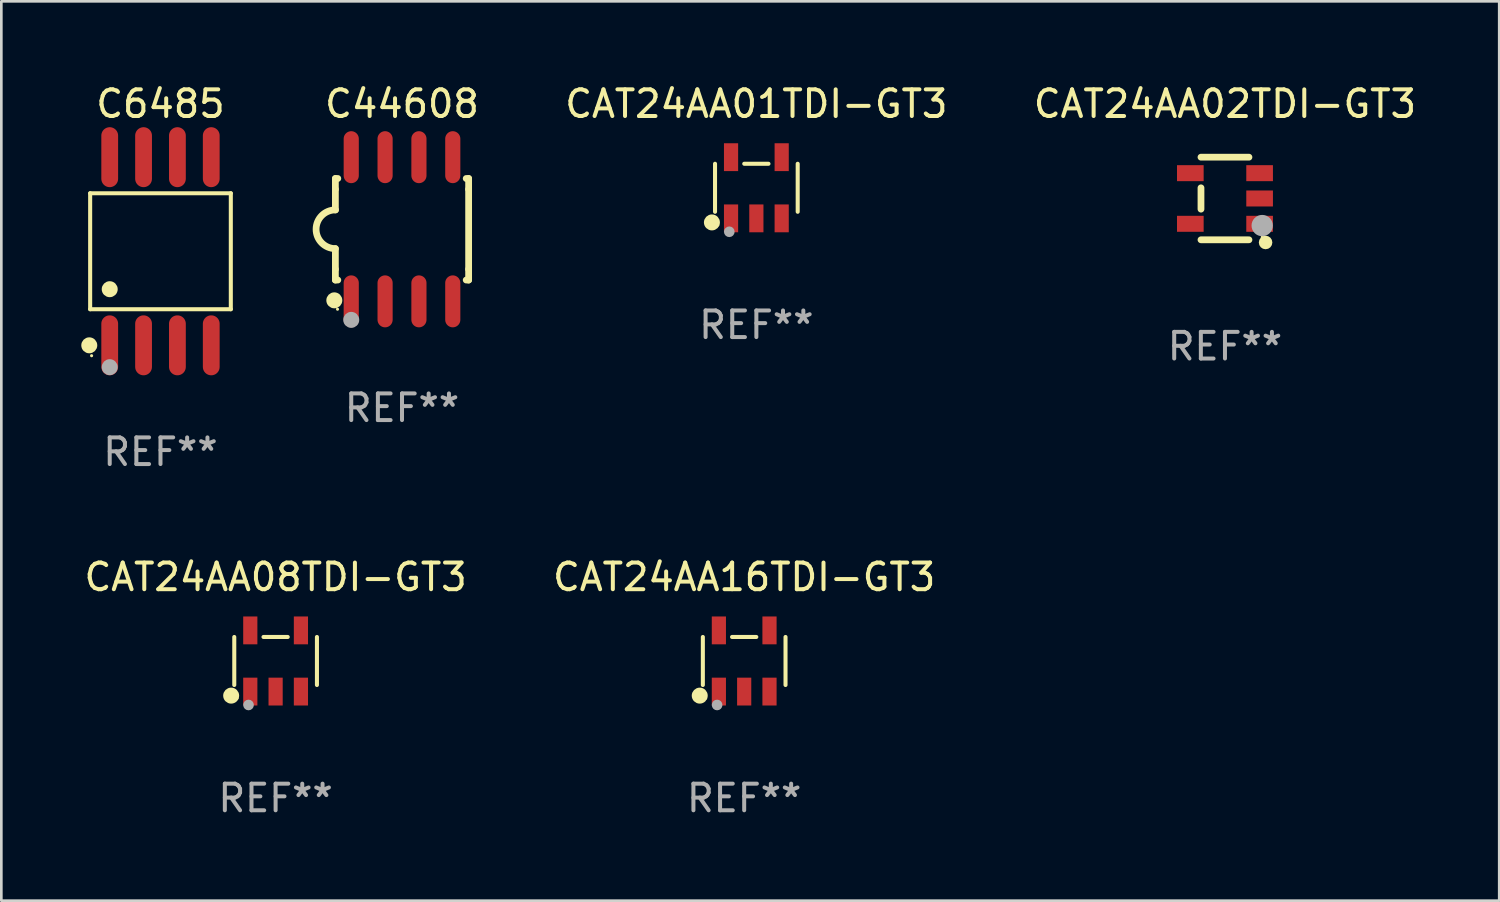
<source format=kicad_pcb>
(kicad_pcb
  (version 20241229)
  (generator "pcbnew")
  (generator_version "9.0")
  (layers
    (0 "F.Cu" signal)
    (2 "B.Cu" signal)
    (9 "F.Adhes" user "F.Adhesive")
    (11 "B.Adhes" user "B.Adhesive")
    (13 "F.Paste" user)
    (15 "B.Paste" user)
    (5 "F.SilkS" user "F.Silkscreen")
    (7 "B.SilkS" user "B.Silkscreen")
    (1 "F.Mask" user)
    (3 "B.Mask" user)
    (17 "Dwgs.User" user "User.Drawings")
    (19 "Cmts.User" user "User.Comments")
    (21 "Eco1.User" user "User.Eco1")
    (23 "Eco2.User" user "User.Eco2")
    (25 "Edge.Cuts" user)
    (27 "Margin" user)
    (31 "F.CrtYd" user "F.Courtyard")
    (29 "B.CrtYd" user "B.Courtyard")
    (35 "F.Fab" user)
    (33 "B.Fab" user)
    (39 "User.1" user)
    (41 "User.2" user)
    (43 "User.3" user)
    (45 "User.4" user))
  (footprint "C6485"
    (layer "F.Cu")
    (at 2.972 6.378)
    (property "Reference" "C6485" (at 0 -5.53 0) (layer "F.SilkS") (effects (font (size 1 1) (thickness 0.15))))
    (attr through_hole)
    (fp_line (start -2.639 -2.176) (end 2.639 -2.176) (stroke (width 0.152) (type solid)) (layer "F.SilkS"))
    (fp_line (start -2.639 2.176) (end -2.639 -2.176) (stroke (width 0.152) (type solid)) (layer "F.SilkS"))
    (fp_line (start 2.639 -2.176) (end 2.639 2.176) (stroke (width 0.152) (type solid)) (layer "F.SilkS"))
    (fp_line (start 2.639 2.176) (end -2.639 2.176) (stroke (width 0.152) (type solid)) (layer "F.SilkS"))
    (fp_circle (center -2.672 3.53) (end -2.522 3.53) (stroke (width 0.3) (type solid)) (fill no) (layer "F.SilkS"))
    (fp_circle (center -2.585 3.92) (end -2.555 3.92) (stroke (width 0.06) (type solid)) (fill no) (layer "F.SilkS"))
    (fp_circle (center -1.905 1.424) (end -1.755 1.424) (stroke (width 0.3) (type solid)) (fill no) (layer "F.SilkS"))
    (fp_circle (center -1.905 4.35) (end -1.755 4.35) (stroke (width 0.3) (type solid)) (fill no) (layer "F.Fab"))
    (fp_text user "REF**" (at 0 7.53 0) (layer "F.Fab") (effects (font (size 1 1) (thickness 0.15))))
    (pad "1" smd oval (at -1.905 3.53) (size 0.63 2.25) (layers "F.Cu" "F.Mask" "F.Paste"))
    (pad "2" smd oval (at -0.635 3.53) (size 0.63 2.25) (layers "F.Cu" "F.Mask" "F.Paste"))
    (pad "3" smd oval (at 0.635 3.53) (size 0.63 2.25) (layers "F.Cu" "F.Mask" "F.Paste"))
    (pad "4" smd oval (at 1.905 3.53) (size 0.63 2.25) (layers "F.Cu" "F.Mask" "F.Paste"))
    (pad "5" smd oval (at 1.905 -3.53) (size 0.63 2.25) (layers "F.Cu" "F.Mask" "F.Paste"))
    (pad "6" smd oval (at 0.635 -3.53) (size 0.63 2.25) (layers "F.Cu" "F.Mask" "F.Paste"))
    (pad "7" smd oval (at -0.635 -3.53) (size 0.63 2.25) (layers "F.Cu" "F.Mask" "F.Paste"))
    (pad "8" smd oval (at -1.905 -3.53) (size 0.63 2.25) (layers "F.Cu" "F.Mask" "F.Paste")))
  (footprint "CAT24AA01TDI-GT3"
    (layer "F.Cu")
    (at 25.332 3.996)
    (property "Reference" "CAT24AA01TDI-GT3" (at 0 -3.148 0) (layer "F.SilkS") (effects (font (size 1 1) (thickness 0.15))))
    (attr through_hole)
    (fp_line (start -1.551 0.901) (end -1.551 -0.901) (stroke (width 0.152) (type solid)) (layer "F.SilkS"))
    (fp_line (start 0.455 -0.901) (end -0.455 -0.901) (stroke (width 0.152) (type solid)) (layer "F.SilkS"))
    (fp_line (start 1.551 0.901) (end 1.551 -0.901) (stroke (width 0.152) (type solid)) (layer "F.SilkS"))
    (fp_circle (center -1.668 1.3) (end -1.518 1.3) (stroke (width 0.3) (type solid)) (fill no) (layer "F.SilkS"))
    (fp_circle (center -1.45 1.4) (end -1.42 1.4) (stroke (width 0.06) (type solid)) (fill no) (layer "F.SilkS"))
    (fp_circle (center -1.016 1.651) (end -0.916 1.651) (stroke (width 0.2) (type solid)) (fill no) (layer "F.Fab"))
    (fp_text user "REF**" (at 0 5.148 0) (layer "F.Fab") (effects (font (size 1 1) (thickness 0.15))))
    (pad "1" smd rect (at -0.95 1.148) (size 0.532 1.045) (layers "F.Cu" "F.Mask" "F.Paste"))
    (pad "2" smd rect (at 0 1.148) (size 0.532 1.045) (layers "F.Cu" "F.Mask" "F.Paste"))
    (pad "3" smd rect (at 0.95 1.148) (size 0.532 1.045) (layers "F.Cu" "F.Mask" "F.Paste"))
    (pad "4" smd rect (at 0.95 -1.148) (size 0.532 1.045) (layers "F.Cu" "F.Mask" "F.Paste"))
    (pad "5" smd rect (at -0.95 -1.148) (size 0.532 1.045) (layers "F.Cu" "F.Mask" "F.Paste")))
  (footprint "C44608"
    (layer "F.Cu")
    (at 12.035 5.553)
    (property "Reference" "C44608" (at 0 -4.705 0) (layer "F.SilkS") (effects (font (size 1 1) (thickness 0.15))))
    (attr through_hole)
    (fp_line (start -2.5 -1.905) (end -2.409 -1.905) (stroke (width 0.254) (type solid)) (layer "F.SilkS"))
    (fp_line (start -2.5 -1.5) (end -2.5 -1.905) (stroke (width 0.254) (type solid)) (layer "F.SilkS"))
    (fp_line (start -2.5 -1.5) (end -2.5 -0.726) (stroke (width 0.254) (type solid)) (layer "F.SilkS"))
    (fp_line (start -2.5 1.5) (end -2.5 0.727) (stroke (width 0.254) (type solid)) (layer "F.SilkS"))
    (fp_line (start -2.5 1.5) (end -2.5 1.905) (stroke (width 0.254) (type solid)) (layer "F.SilkS"))
    (fp_line (start -2.5 1.905) (end -2.409 1.905) (stroke (width 0.254) (type solid)) (layer "F.SilkS"))
    (fp_line (start 2.5 -1.905) (end 2.409 -1.905) (stroke (width 0.254) (type solid)) (layer "F.SilkS"))
    (fp_line (start 2.5 -1.5) (end 2.5 -1.905) (stroke (width 0.254) (type solid)) (layer "F.SilkS"))
    (fp_line (start 2.5 -1.5) (end 2.5 1.5) (stroke (width 0.254) (type solid)) (layer "F.SilkS"))
    (fp_line (start 2.5 1.5) (end 2.5 1.905) (stroke (width 0.254) (type solid)) (layer "F.SilkS"))
    (fp_line (start 2.5 1.905) (end 2.409 1.905) (stroke (width 0.254) (type solid)) (layer "F.SilkS"))
    (fp_arc (start -2.5 0.726568) (mid -3.220316 -0.0023) (end -2.495097 -0.726289) (stroke (width 0.254001) (type solid)) (layer "F.SilkS"))
    (fp_circle (center -2.54 2.667) (end -2.39 2.667) (stroke (width 0.3) (type solid)) (fill no) (layer "F.SilkS"))
    (fp_circle (center -2.42 3) (end -2.39 3) (stroke (width 0.06) (type solid)) (fill no) (layer "F.SilkS"))
    (fp_circle (center -1.905 3.4) (end -1.755 3.4) (stroke (width 0.3) (type solid)) (fill no) (layer "F.Fab"))
    (fp_text user "REF**" (at 0 6.705 0) (layer "F.Fab") (effects (font (size 1 1) (thickness 0.15))))
    (pad "1" smd oval (at -1.905 2.705) (size 0.568 1.95) (layers "F.Cu" "F.Mask" "F.Paste"))
    (pad "2" smd oval (at -0.635 2.705) (size 0.568 1.95) (layers "F.Cu" "F.Mask" "F.Paste"))
    (pad "3" smd oval (at 0.635 2.705) (size 0.568 1.95) (layers "F.Cu" "F.Mask" "F.Paste"))
    (pad "4" smd oval (at 1.905 2.705) (size 0.568 1.95) (layers "F.Cu" "F.Mask" "F.Paste"))
    (pad "5" smd oval (at 1.905 -2.705) (size 0.568 1.95) (layers "F.Cu" "F.Mask" "F.Paste"))
    (pad "6" smd oval (at 0.635 -2.705) (size 0.568 1.95) (layers "F.Cu" "F.Mask" "F.Paste"))
    (pad "7" smd oval (at -0.635 -2.705) (size 0.568 1.95) (layers "F.Cu" "F.Mask" "F.Paste"))
    (pad "8" smd oval (at -1.905 -2.705) (size 0.568 1.95) (layers "F.Cu" "F.Mask" "F.Paste")))
  (footprint "CAT24AA16TDI-GT3"
    (layer "F.Cu")
    (at 24.875 21.753)
    (property "Reference" "CAT24AA16TDI-GT3" (at 0 -3.148 0) (layer "F.SilkS") (effects (font (size 1 1) (thickness 0.15))))
    (attr through_hole)
    (fp_line (start -1.551 0.901) (end -1.551 -0.901) (stroke (width 0.152) (type solid)) (layer "F.SilkS"))
    (fp_line (start 0.455 -0.901) (end -0.455 -0.901) (stroke (width 0.152) (type solid)) (layer "F.SilkS"))
    (fp_line (start 1.551 0.901) (end 1.551 -0.901) (stroke (width 0.152) (type solid)) (layer "F.SilkS"))
    (fp_circle (center -1.668 1.3) (end -1.518 1.3) (stroke (width 0.3) (type solid)) (fill no) (layer "F.SilkS"))
    (fp_circle (center -1.45 1.4) (end -1.42 1.4) (stroke (width 0.06) (type solid)) (fill no) (layer "F.SilkS"))
    (fp_circle (center -1.016 1.651) (end -0.916 1.651) (stroke (width 0.2) (type solid)) (fill no) (layer "F.Fab"))
    (fp_text user "REF**" (at 0 5.148 0) (layer "F.Fab") (effects (font (size 1 1) (thickness 0.15))))
    (pad "1" smd rect (at -0.95 1.148) (size 0.532 1.045) (layers "F.Cu" "F.Mask" "F.Paste"))
    (pad "2" smd rect (at 0 1.148) (size 0.532 1.045) (layers "F.Cu" "F.Mask" "F.Paste"))
    (pad "3" smd rect (at 0.95 1.148) (size 0.532 1.045) (layers "F.Cu" "F.Mask" "F.Paste"))
    (pad "4" smd rect (at 0.95 -1.148) (size 0.532 1.045) (layers "F.Cu" "F.Mask" "F.Paste"))
    (pad "5" smd rect (at -0.95 -1.148) (size 0.532 1.045) (layers "F.Cu" "F.Mask" "F.Paste")))
  (footprint "CAT24AA08TDI-GT3"
    (layer "F.Cu")
    (at 7.292 21.753)
    (property "Reference" "CAT24AA08TDI-GT3" (at 0 -3.148 0) (layer "F.SilkS") (effects (font (size 1 1) (thickness 0.15))))
    (attr through_hole)
    (fp_line (start -1.551 0.901) (end -1.551 -0.901) (stroke (width 0.152) (type solid)) (layer "F.SilkS"))
    (fp_line (start 0.455 -0.901) (end -0.455 -0.901) (stroke (width 0.152) (type solid)) (layer "F.SilkS"))
    (fp_line (start 1.551 0.901) (end 1.551 -0.901) (stroke (width 0.152) (type solid)) (layer "F.SilkS"))
    (fp_circle (center -1.668 1.3) (end -1.518 1.3) (stroke (width 0.3) (type solid)) (fill no) (layer "F.SilkS"))
    (fp_circle (center -1.45 1.4) (end -1.42 1.4) (stroke (width 0.06) (type solid)) (fill no) (layer "F.SilkS"))
    (fp_circle (center -1.016 1.651) (end -0.916 1.651) (stroke (width 0.2) (type solid)) (fill no) (layer "F.Fab"))
    (fp_text user "REF**" (at 0 5.148 0) (layer "F.Fab") (effects (font (size 1 1) (thickness 0.15))))
    (pad "1" smd rect (at -0.95 1.148) (size 0.532 1.045) (layers "F.Cu" "F.Mask" "F.Paste"))
    (pad "2" smd rect (at 0 1.148) (size 0.532 1.045) (layers "F.Cu" "F.Mask" "F.Paste"))
    (pad "3" smd rect (at 0.95 1.148) (size 0.532 1.045) (layers "F.Cu" "F.Mask" "F.Paste"))
    (pad "4" smd rect (at 0.95 -1.148) (size 0.532 1.045) (layers "F.Cu" "F.Mask" "F.Paste"))
    (pad "5" smd rect (at -0.95 -1.148) (size 0.532 1.045) (layers "F.Cu" "F.Mask" "F.Paste")))
  (footprint "CAT24AA02TDI-GT3"
    (layer "F.Cu")
    (at 42.916 4.398)
    (property "Reference" "CAT24AA02TDI-GT3" (at 0 -3.55 0) (layer "F.SilkS") (effects (font (size 1 1) (thickness 0.15))))
    (attr through_hole)
    (fp_line (start -0.9 -1.55) (end 0.9 -1.55) (stroke (width 0.254) (type solid)) (layer "F.SilkS"))
    (fp_line (start -0.9 0.4) (end -0.9 -0.4) (stroke (width 0.254) (type solid)) (layer "F.SilkS"))
    (fp_line (start -0.9 1.55) (end 0.9 1.55) (stroke (width 0.254) (type solid)) (layer "F.SilkS"))
    (fp_circle (center 1.4 1.45) (end 1.43 1.45) (stroke (width 0.06) (type solid)) (fill no) (layer "F.SilkS"))
    (fp_circle (center 1.524 1.651) (end 1.651 1.651) (stroke (width 0.254) (type solid)) (fill no) (layer "F.SilkS"))
    (fp_circle (center 1.397 1.016) (end 1.597 1.016) (stroke (width 0.4) (type solid)) (fill no) (layer "F.Fab"))
    (fp_text user "REF**" (at 0 5.55 0) (layer "F.Fab") (effects (font (size 1 1) (thickness 0.15))))
    (pad "1" smd rect (at 1.3 0.95) (size 1 0.6) (layers "F.Cu" "F.Mask" "F.Paste"))
    (pad "2" smd rect (at 1.3 -0.000051) (size 1 0.6) (layers "F.Cu" "F.Mask" "F.Paste"))
    (pad "3" smd rect (at 1.3 -0.95) (size 1 0.6) (layers "F.Cu" "F.Mask" "F.Paste"))
    (pad "4" smd rect (at -1.3 -0.95) (size 1 0.6) (layers "F.Cu" "F.Mask" "F.Paste"))
    (pad "5" smd rect (at -1.3 0.95) (size 1 0.6) (layers "F.Cu" "F.Mask" "F.Paste")))
  (gr_rect
    (start -3 -3)
    (end 53.207 30.748)
    (stroke (width 0.1) (type default))
    (fill no)
    (layer "Edge.Cuts")))
</source>
